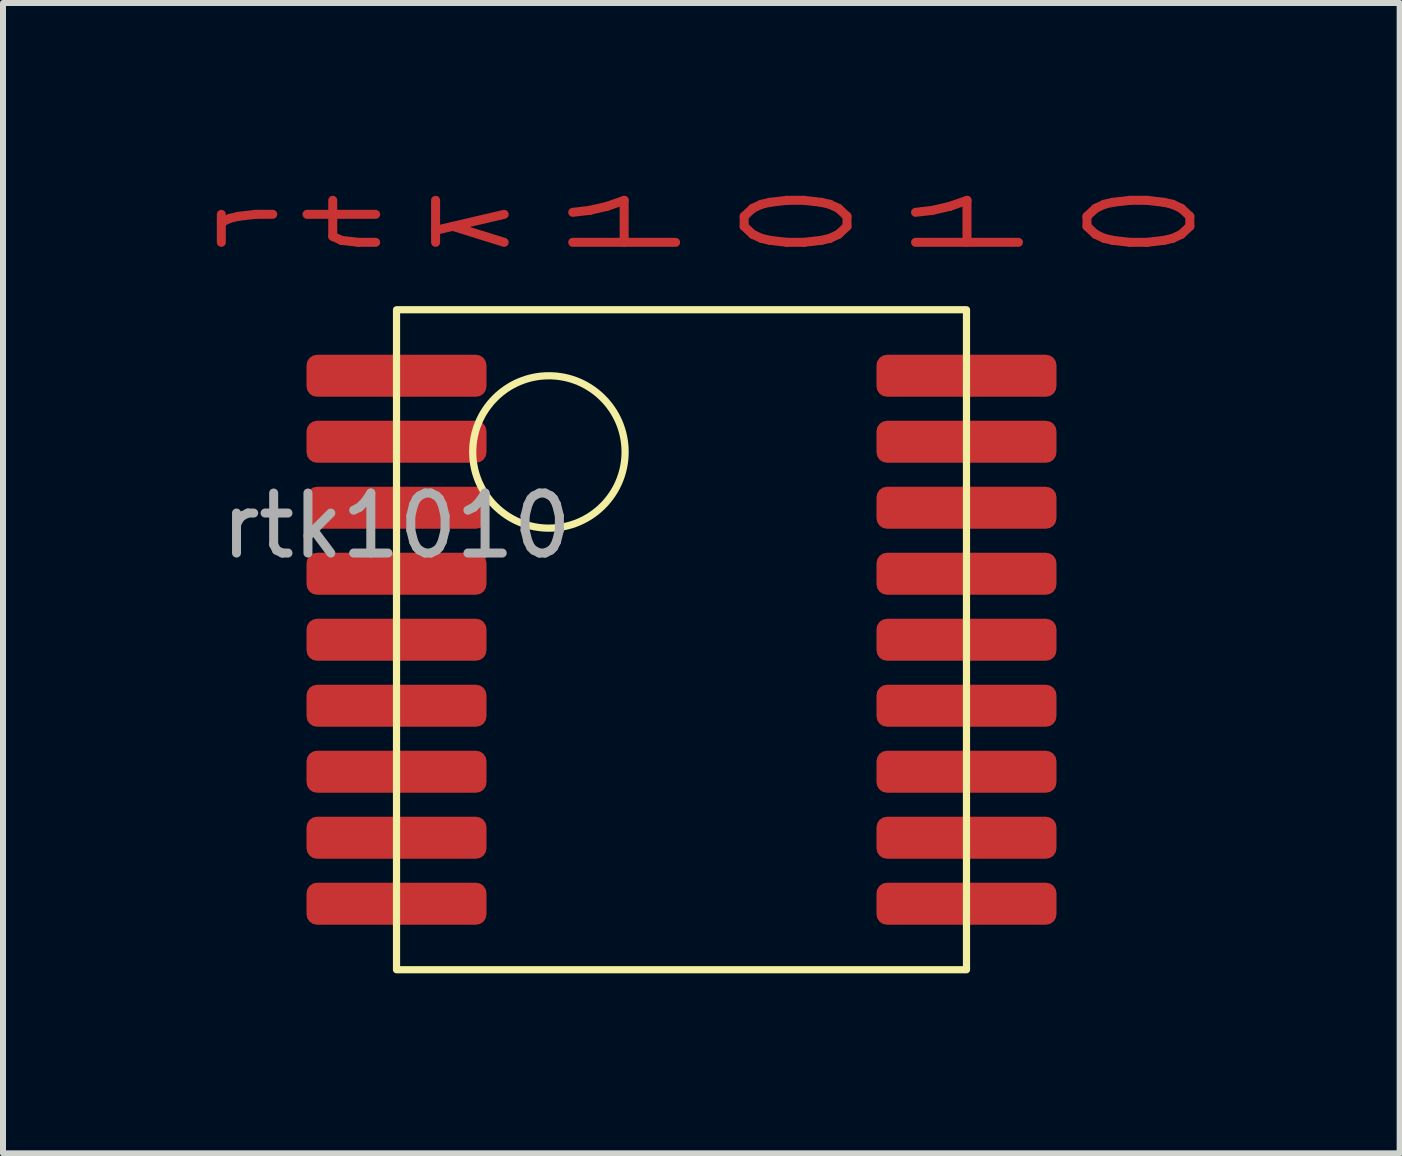
<source format=kicad_pcb>
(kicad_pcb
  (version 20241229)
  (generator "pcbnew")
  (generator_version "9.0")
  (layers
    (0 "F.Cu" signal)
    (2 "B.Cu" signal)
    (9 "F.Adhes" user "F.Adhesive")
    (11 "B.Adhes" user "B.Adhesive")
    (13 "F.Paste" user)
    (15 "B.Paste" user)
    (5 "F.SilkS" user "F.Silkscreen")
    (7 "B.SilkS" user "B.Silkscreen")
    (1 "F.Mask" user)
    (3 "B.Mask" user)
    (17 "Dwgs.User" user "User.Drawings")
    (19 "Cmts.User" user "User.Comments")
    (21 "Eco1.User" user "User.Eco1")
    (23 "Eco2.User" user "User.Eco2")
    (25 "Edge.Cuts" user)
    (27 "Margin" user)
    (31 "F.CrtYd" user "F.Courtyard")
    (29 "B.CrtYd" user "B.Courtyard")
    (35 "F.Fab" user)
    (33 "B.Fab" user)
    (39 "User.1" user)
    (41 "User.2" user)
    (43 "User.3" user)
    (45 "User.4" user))
  (footprint "rtk1010"
    (layer "F.Cu")
    (at 3.559 3.213)
    (property "Reference" "rtk1010" (at 5.08 -2.54 0) (unlocked yes) (layer "F.Cu") (effects (font (size 0.7 3) (thickness 0.15))))
    (attr smd)
    (fp_rect (start 0 -1.1) (end 9.5 9.9) (stroke (width 0.12) (type solid)) (fill no) (layer "F.SilkS"))
    (fp_circle (center 2.54 1.27) (end 3.81 1.27) (stroke (width 0.12) (type solid)) (fill no) (layer "F.SilkS"))
    (fp_text user "${REFERENCE}" (at 0 2.5 0) (unlocked yes) (layer "F.Fab") (effects (font (size 1 1) (thickness 0.15))))
    (pad "1" smd roundrect (at 0 0) (size 3 0.7) (layers "F.Cu" "F.Mask" "F.Paste") (roundrect_rratio 0.25))
    (pad "2" smd roundrect (at 0 1.1) (size 3 0.7) (layers "F.Cu" "F.Mask" "F.Paste") (roundrect_rratio 0.25))
    (pad "3" smd roundrect (at 0 2.2) (size 3 0.7) (layers "F.Cu" "F.Mask" "F.Paste") (roundrect_rratio 0.25))
    (pad "4" smd roundrect (at 0 3.3) (size 3 0.7) (layers "F.Cu" "F.Mask" "F.Paste") (roundrect_rratio 0.25))
    (pad "5" smd roundrect (at 0 4.4) (size 3 0.7) (layers "F.Cu" "F.Mask" "F.Paste") (roundrect_rratio 0.25))
    (pad "6" smd roundrect (at 0 5.5) (size 3 0.7) (layers "F.Cu" "F.Mask" "F.Paste") (roundrect_rratio 0.25))
    (pad "7" smd roundrect (at 0 6.6) (size 3 0.7) (layers "F.Cu" "F.Mask" "F.Paste") (roundrect_rratio 0.25))
    (pad "8" smd roundrect (at 0 7.7) (size 3 0.7) (layers "F.Cu" "F.Mask" "F.Paste") (roundrect_rratio 0.25))
    (pad "9" smd roundrect (at 0 8.8) (size 3 0.7) (layers "F.Cu" "F.Mask" "F.Paste") (roundrect_rratio 0.25))
    (pad "10" smd roundrect (at 9.5 8.8) (size 3 0.7) (layers "F.Cu" "F.Mask" "F.Paste") (roundrect_rratio 0.25))
    (pad "11" smd roundrect (at 9.5 7.7) (size 3 0.7) (layers "F.Cu" "F.Mask" "F.Paste") (roundrect_rratio 0.25))
    (pad "12" smd roundrect (at 9.5 6.6) (size 3 0.7) (layers "F.Cu" "F.Mask" "F.Paste") (roundrect_rratio 0.25))
    (pad "13" smd roundrect (at 9.5 5.5) (size 3 0.7) (layers "F.Cu" "F.Mask" "F.Paste") (roundrect_rratio 0.25))
    (pad "14" smd roundrect (at 9.5 4.4) (size 3 0.7) (layers "F.Cu" "F.Mask" "F.Paste") (roundrect_rratio 0.25))
    (pad "15" smd roundrect (at 9.5 3.3) (size 3 0.7) (layers "F.Cu" "F.Mask" "F.Paste") (roundrect_rratio 0.25))
    (pad "16" smd roundrect (at 9.5 2.2) (size 3 0.7) (layers "F.Cu" "F.Mask" "F.Paste") (roundrect_rratio 0.25))
    (pad "17" smd roundrect (at 9.5 1.1) (size 3 0.7) (layers "F.Cu" "F.Mask" "F.Paste") (roundrect_rratio 0.25))
    (pad "18" smd roundrect (at 9.5 0) (size 3 0.7) (layers "F.Cu" "F.Mask" "F.Paste") (roundrect_rratio 0.25)))
  (gr_rect
    (start -3 -3)
    (end 20.279 16.173)
    (stroke (width 0.1) (type default))
    (fill no)
    (layer "Edge.Cuts")))
</source>
